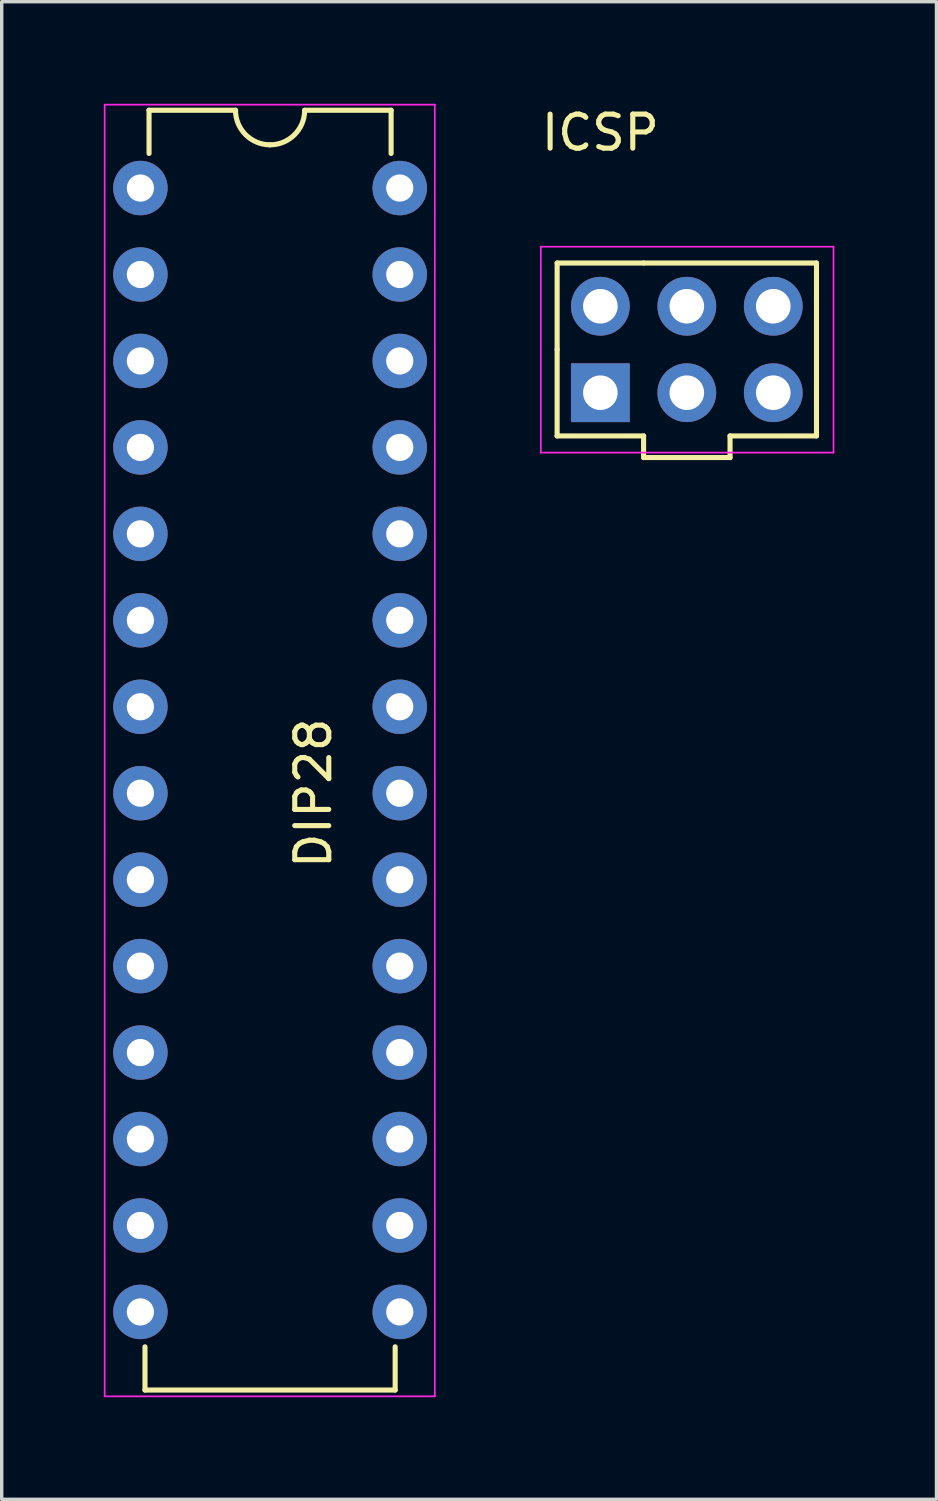
<source format=kicad_pcb>
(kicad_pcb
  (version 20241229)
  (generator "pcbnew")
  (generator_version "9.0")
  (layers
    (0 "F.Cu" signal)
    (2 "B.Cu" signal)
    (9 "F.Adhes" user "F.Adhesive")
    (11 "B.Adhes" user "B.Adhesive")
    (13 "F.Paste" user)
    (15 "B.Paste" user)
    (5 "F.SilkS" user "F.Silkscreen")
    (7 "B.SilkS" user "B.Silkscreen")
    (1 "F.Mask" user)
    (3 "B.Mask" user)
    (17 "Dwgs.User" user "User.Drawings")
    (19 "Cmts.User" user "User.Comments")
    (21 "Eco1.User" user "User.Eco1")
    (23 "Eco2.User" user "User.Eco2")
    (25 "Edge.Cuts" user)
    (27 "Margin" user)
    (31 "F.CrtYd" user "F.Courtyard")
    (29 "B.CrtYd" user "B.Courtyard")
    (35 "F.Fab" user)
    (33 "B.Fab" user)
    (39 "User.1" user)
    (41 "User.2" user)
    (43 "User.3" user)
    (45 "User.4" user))
  (footprint "DIP28"
    (layer "F.Cu")
    (at 1.075 2.475)
    (property "Reference" "DIP28" (at 5.08 17.78 90) (layer "F.SilkS") (effects (font (size 1 1) (thickness 0.15))))
    (attr through_hole)
    (fp_line (start 0.135 35.315) (end 0.135 34.045) (stroke (width 0.15) (type solid)) (layer "F.SilkS"))
    (fp_line (start 0.135 35.315) (end 7.485 35.315) (stroke (width 0.15) (type solid)) (layer "F.SilkS"))
    (fp_line (start 0.254 -2.286) (end 0.254 -1.016) (stroke (width 0.15) (type solid)) (layer "F.SilkS"))
    (fp_line (start 2.794 -2.286) (end 0.254 -2.286) (stroke (width 0.15) (type solid)) (layer "F.SilkS"))
    (fp_line (start 4.826 -2.286) (end 7.366 -2.286) (stroke (width 0.15) (type solid)) (layer "F.SilkS"))
    (fp_line (start 7.366 -2.286) (end 7.366 -1.016) (stroke (width 0.15) (type solid)) (layer "F.SilkS"))
    (fp_line (start 7.485 35.315) (end 7.485 34.045) (stroke (width 0.15) (type solid)) (layer "F.SilkS"))
    (fp_arc (start 3.81 -1.27) (mid 3.09158 -1.56758) (end 2.794 -2.286) (stroke (width 0.15) (type solid)) (layer "F.SilkS"))
    (fp_arc (start 4.826 -2.286) (mid 4.52842 -1.56758) (end 3.81 -1.27) (stroke (width 0.15) (type solid)) (layer "F.SilkS"))
    (fp_line (start -1.05 -2.45) (end -1.05 35.5) (stroke (width 0.05) (type solid)) (layer "F.CrtYd"))
    (fp_line (start -1.05 -2.45) (end 8.65 -2.45) (stroke (width 0.05) (type solid)) (layer "F.CrtYd"))
    (fp_line (start -1.05 35.5) (end 8.65 35.5) (stroke (width 0.05) (type solid)) (layer "F.CrtYd"))
    (fp_line (start 8.65 -2.45) (end 8.65 35.5) (stroke (width 0.05) (type solid)) (layer "F.CrtYd"))
    (pad "1" thru_hole oval (at 0 0) (size 1.6 1.6) (drill 0.8) (layers "*.Cu" "*.Mask"))
    (pad "2" thru_hole oval (at 0 2.54) (size 1.6 1.6) (drill 0.8) (layers "*.Cu" "*.Mask"))
    (pad "3" thru_hole oval (at 0 5.08) (size 1.6 1.6) (drill 0.8) (layers "*.Cu" "*.Mask"))
    (pad "4" thru_hole oval (at 0 7.62) (size 1.6 1.6) (drill 0.8) (layers "*.Cu" "*.Mask"))
    (pad "5" thru_hole oval (at 0 10.16) (size 1.6 1.6) (drill 0.8) (layers "*.Cu" "*.Mask"))
    (pad "6" thru_hole oval (at 0 12.7) (size 1.6 1.6) (drill 0.8) (layers "*.Cu" "*.Mask"))
    (pad "7" thru_hole oval (at 0 15.24) (size 1.6 1.6) (drill 0.8) (layers "*.Cu" "*.Mask"))
    (pad "8" thru_hole oval (at 0 17.78) (size 1.6 1.6) (drill 0.8) (layers "*.Cu" "*.Mask"))
    (pad "9" thru_hole oval (at 0 20.32) (size 1.6 1.6) (drill 0.8) (layers "*.Cu" "*.Mask"))
    (pad "10" thru_hole oval (at 0 22.86) (size 1.6 1.6) (drill 0.8) (layers "*.Cu" "*.Mask"))
    (pad "11" thru_hole oval (at 0 25.4) (size 1.6 1.6) (drill 0.8) (layers "*.Cu" "*.Mask"))
    (pad "12" thru_hole oval (at 0 27.94) (size 1.6 1.6) (drill 0.8) (layers "*.Cu" "*.Mask"))
    (pad "13" thru_hole oval (at 0 30.48) (size 1.6 1.6) (drill 0.8) (layers "*.Cu" "*.Mask"))
    (pad "14" thru_hole oval (at 0 33.02) (size 1.6 1.6) (drill 0.8) (layers "*.Cu" "*.Mask"))
    (pad "15" thru_hole oval (at 7.62 33.02) (size 1.6 1.6) (drill 0.8) (layers "*.Cu" "*.Mask"))
    (pad "16" thru_hole oval (at 7.62 30.48) (size 1.6 1.6) (drill 0.8) (layers "*.Cu" "*.Mask"))
    (pad "17" thru_hole oval (at 7.62 27.94) (size 1.6 1.6) (drill 0.8) (layers "*.Cu" "*.Mask"))
    (pad "18" thru_hole oval (at 7.62 25.4) (size 1.6 1.6) (drill 0.8) (layers "*.Cu" "*.Mask"))
    (pad "19" thru_hole oval (at 7.62 22.86) (size 1.6 1.6) (drill 0.8) (layers "*.Cu" "*.Mask"))
    (pad "20" thru_hole oval (at 7.62 20.32) (size 1.6 1.6) (drill 0.8) (layers "*.Cu" "*.Mask"))
    (pad "21" thru_hole oval (at 7.62 17.78) (size 1.6 1.6) (drill 0.8) (layers "*.Cu" "*.Mask"))
    (pad "22" thru_hole oval (at 7.62 15.24) (size 1.6 1.6) (drill 0.8) (layers "*.Cu" "*.Mask"))
    (pad "23" thru_hole oval (at 7.62 12.7) (size 1.6 1.6) (drill 0.8) (layers "*.Cu" "*.Mask"))
    (pad "24" thru_hole oval (at 7.62 10.16) (size 1.6 1.6) (drill 0.8) (layers "*.Cu" "*.Mask"))
    (pad "25" thru_hole oval (at 7.62 7.62) (size 1.6 1.6) (drill 0.8) (layers "*.Cu" "*.Mask"))
    (pad "26" thru_hole oval (at 7.62 5.08) (size 1.6 1.6) (drill 0.8) (layers "*.Cu" "*.Mask"))
    (pad "27" thru_hole oval (at 7.62 2.54) (size 1.6 1.6) (drill 0.8) (layers "*.Cu" "*.Mask"))
    (pad "28" thru_hole oval (at 7.62 0) (size 1.6 1.6) (drill 0.8) (layers "*.Cu" "*.Mask")))
  (footprint "ICSP"
    (layer "F.Cu")
    (at 14.589 5.948)
    (property "Reference" "ICSP" (at 0 -5.1 0) (layer "F.SilkS") (effects (font (size 1 1) (thickness 0.15))))
    (attr through_hole)
    (fp_line (start -1.27 -1.27) (end -1.27 1.27) (stroke (width 0.15) (type solid)) (layer "F.SilkS"))
    (fp_line (start -1.27 3.81) (end -1.27 1.27) (stroke (width 0.15) (type solid)) (layer "F.SilkS"))
    (fp_line (start 1.27 -1.27) (end -1.27 -1.27) (stroke (width 0.15) (type solid)) (layer "F.SilkS"))
    (fp_line (start 1.27 3.81) (end -1.27 3.81) (stroke (width 0.15) (type solid)) (layer "F.SilkS"))
    (fp_line (start 1.27 3.81) (end 1.27 4.445) (stroke (width 0.15) (type solid)) (layer "F.SilkS"))
    (fp_line (start 1.27 4.445) (end 3.81 4.445) (stroke (width 0.15) (type solid)) (layer "F.SilkS"))
    (fp_line (start 3.81 3.81) (end 6.35 3.81) (stroke (width 0.15) (type solid)) (layer "F.SilkS"))
    (fp_line (start 3.81 4.445) (end 3.81 3.81) (stroke (width 0.15) (type solid)) (layer "F.SilkS"))
    (fp_line (start 6.35 -1.27) (end 1.27 -1.27) (stroke (width 0.15) (type solid)) (layer "F.SilkS"))
    (fp_line (start 6.35 -1.27) (end 6.35 3.81) (stroke (width 0.15) (type solid)) (layer "F.SilkS"))
    (fp_line (start -1.75 -1.75) (end -1.75 4.3) (stroke (width 0.05) (type solid)) (layer "F.CrtYd"))
    (fp_line (start -1.75 -1.75) (end 6.85 -1.75) (stroke (width 0.05) (type solid)) (layer "F.CrtYd"))
    (fp_line (start -1.75 4.3) (end 6.85 4.3) (stroke (width 0.05) (type solid)) (layer "F.CrtYd"))
    (fp_line (start 6.85 -1.75) (end 6.85 4.3) (stroke (width 0.05) (type solid)) (layer "F.CrtYd"))
    (pad "1" thru_hole rect (at 0 2.54) (size 1.727 1.727) (drill 1.016) (layers "*.Cu" "*.Mask"))
    (pad "2" thru_hole oval (at 0 0) (size 1.727 1.727) (drill 1.016) (layers "*.Cu" "*.Mask"))
    (pad "3" thru_hole oval (at 2.54 2.54) (size 1.727 1.727) (drill 1.016) (layers "*.Cu" "*.Mask"))
    (pad "4" thru_hole oval (at 2.54 0) (size 1.727 1.727) (drill 1.016) (layers "*.Cu" "*.Mask"))
    (pad "5" thru_hole oval (at 5.08 2.54) (size 1.727 1.727) (drill 1.016) (layers "*.Cu" "*.Mask"))
    (pad "6" thru_hole oval (at 5.08 0) (size 1.727 1.727) (drill 1.016) (layers "*.Cu" "*.Mask")))
  (gr_rect
    (start -3 -3)
    (end 24.464 41)
    (stroke (width 0.1) (type default))
    (fill no)
    (layer "Edge.Cuts")))
</source>
